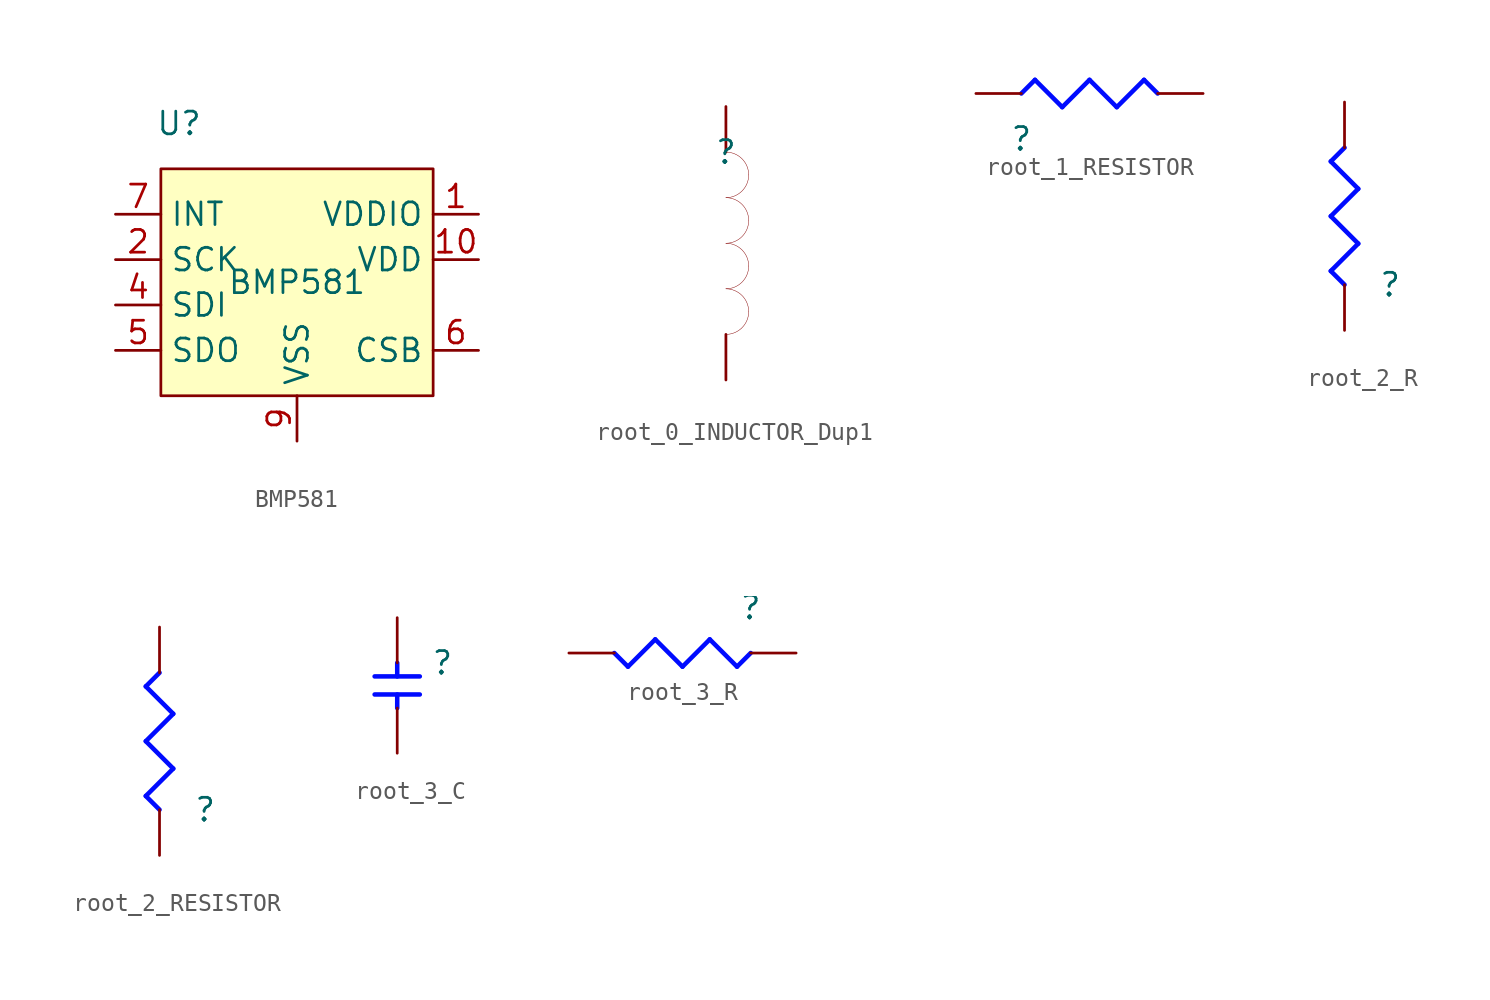
<source format=kicad_sym>
(kicad_symbol_lib
  (version 20231120)
  (generator "kicad_symbol_editor")
  (generator_version "8.0")
  (symbol "BMP581"
    (property "Reference" "U"
      (at -6.604 8.89 0)
      (effects (font (size 1.27 1.27))))
    (property "Value" "BMP581"
      (at 0 0 0)
      (effects (font (size 1.27 1.27))))
    (symbol "BMP581_1_1"
      (rectangle (start -7.62 6.35) (end 7.62 -6.35) (stroke (width 0) (type default)) (fill (type background)))
      (pin power_in line (at 10.16 3.81 180) (length 2.54) (name "VDDIO" (effects (font (size 1.27 1.27)))) (number "1" (effects (font (size 1.27 1.27)))))
      (pin power_in line (at 10.16 1.27 180) (length 2.54) (name "VDD" (effects (font (size 1.27 1.27)))) (number "10" (effects (font (size 1.27 1.27)))))
      (pin input line (at -10.16 1.27 0) (length 2.54) (name "SCK" (effects (font (size 1.27 1.27)))) (number "2" (effects (font (size 1.27 1.27)))))
      (pin power_out line (at 0 -8.89 90) (length 2.54) hide (name "VSS" (effects (font (size 1.27 1.27)))) (number "3" (effects (font (size 1.27 1.27)))))
      (pin input line (at -10.16 -1.27 0) (length 2.54) (name "SDI" (effects (font (size 1.27 1.27)))) (number "4" (effects (font (size 1.27 1.27)))))
      (pin output line (at -10.16 -3.81 0) (length 2.54) (name "SDO" (effects (font (size 1.27 1.27)))) (number "5" (effects (font (size 1.27 1.27)))))
      (pin power_out line (at 10.16 -3.81 180) (length 2.54) (name "CSB" (effects (font (size 1.27 1.27)))) (number "6" (effects (font (size 1.27 1.27)))))
      (pin power_out line (at -10.16 3.81 0) (length 2.54) (name "INT" (effects (font (size 1.27 1.27)))) (number "7" (effects (font (size 1.27 1.27)))))
      (pin power_out line (at 0 -8.89 90) (length 2.54) hide (name "VSS" (effects (font (size 1.27 1.27)))) (number "8" (effects (font (size 1.27 1.27)))))
      (pin power_out line (at 0 -8.89 90) (length 2.54) (name "VSS" (effects (font (size 1.27 1.27)))) (number "9" (effects (font (size 1.27 1.27)))))))
  (symbol "root_0_INDUCTOR_Dup1"
    (property "Reference" ""
      (at 0 0 0)
      (effects (font (size 1.27 1.27))))
    (property "Value" ""
      (at 0 0 0)
      (effects (font (size 1.27 1.27))))
    (symbol "root_0_INDUCTOR_Dup1_1_0"
      (arc (start 0 -10.16) (mid 0.898 -9.788) (end 1.27 -8.89) (stroke (width 0.0254) (type solid)) (fill (type none)))
      (arc (start 0 -7.62) (mid 0.898 -7.248) (end 1.27 -6.35) (stroke (width 0.0254) (type solid)) (fill (type none)))
      (arc (start 0 -5.08) (mid 0.898 -4.708) (end 1.27 -3.81) (stroke (width 0.0254) (type solid)) (fill (type none)))
      (arc (start 0 -2.54) (mid 0.898 -2.168) (end 1.27 -1.27) (stroke (width 0.0254) (type solid)) (fill (type none)))
      (arc (start 1.27 -8.89) (mid 0.898 -7.992) (end 0 -7.62) (stroke (width 0.0254) (type solid)) (fill (type none)))
      (arc (start 1.27 -6.35) (mid 0.898 -5.452) (end 0 -5.08) (stroke (width 0.0254) (type solid)) (fill (type none)))
      (arc (start 1.27 -3.81) (mid 0.898 -2.912) (end 0 -2.54) (stroke (width 0.0254) (type solid)) (fill (type none)))
      (arc (start 1.27 -1.27) (mid 0.898 -0.372) (end 0 0) (stroke (width 0.0254) (type solid)) (fill (type none)))
      (pin passive line (at 0 2.54 270) (length 2.54) (name "1" (effects (font (size 0 0)))) (number "1" (effects (font (size 0 0)))))
      (pin passive line (at 0 -12.7 90) (length 2.54) (name "2" (effects (font (size 0 0)))) (number "2" (effects (font (size 0 0)))))))
  (symbol "root_1_RESISTOR"
    (property "Reference" ""
      (at 0 0 0)
      (effects (font (size 1.27 1.27))))
    (property "Value" ""
      (at 0 0 0)
      (effects (font (size 1.27 1.27))))
    (symbol "root_1_RESISTOR_1_0"
      (polyline (pts (xy 0 2.54) (xy 0.762 3.302)) (stroke (width 0.254) (type solid) (color 0 11 255 1)) (fill (type none)))
      (polyline (pts (xy 0.762 3.302) (xy 2.286 1.778)) (stroke (width 0.254) (type solid) (color 0 11 255 1)) (fill (type none)))
      (polyline (pts (xy 2.286 1.778) (xy 3.81 3.302)) (stroke (width 0.254) (type solid) (color 0 11 255 1)) (fill (type none)))
      (polyline (pts (xy 3.81 3.302) (xy 5.334 1.778)) (stroke (width 0.254) (type solid) (color 0 11 255 1)) (fill (type none)))
      (polyline (pts (xy 5.334 1.778) (xy 6.858 3.302)) (stroke (width 0.254) (type solid) (color 0 11 255 1)) (fill (type none)))
      (polyline (pts (xy 6.858 3.302) (xy 7.62 2.54)) (stroke (width 0.254) (type solid) (color 0 11 255 1)) (fill (type none)))
      (pin passive line (at -2.54 2.54 0) (length 2.54) (name "1" (effects (font (size 0 0)))) (number "1" (effects (font (size 0 0)))))
      (pin passive line (at 10.16 2.54 180) (length 2.54) (name "2" (effects (font (size 0 0)))) (number "2" (effects (font (size 0 0)))))))
  (symbol "root_2_R"
    (property "Reference" ""
      (at 0 0 0)
      (effects (font (size 1.27 1.27))))
    (property "Value" ""
      (at 0 0 0)
      (effects (font (size 1.27 1.27))))
    (symbol "root_2_R_1_0"
      (polyline (pts (xy -3.302 0.762) (xy -1.778 2.286)) (stroke (width 0.254) (type solid) (color 0 11 255 1)) (fill (type none)))
      (polyline (pts (xy -3.302 3.81) (xy -1.778 5.334)) (stroke (width 0.254) (type solid) (color 0 11 255 1)) (fill (type none)))
      (polyline (pts (xy -3.302 6.858) (xy -2.54 7.62)) (stroke (width 0.254) (type solid) (color 0 11 255 1)) (fill (type none)))
      (polyline (pts (xy -2.54 0) (xy -3.302 0.762)) (stroke (width 0.254) (type solid) (color 0 11 255 1)) (fill (type none)))
      (polyline (pts (xy -1.778 2.286) (xy -3.302 3.81)) (stroke (width 0.254) (type solid) (color 0 11 255 1)) (fill (type none)))
      (polyline (pts (xy -1.778 5.334) (xy -3.302 6.858)) (stroke (width 0.254) (type solid) (color 0 11 255 1)) (fill (type none)))
      (pin passive line (at -2.54 -2.54 90) (length 2.54) (name "1" (effects (font (size 0 0)))) (number "1" (effects (font (size 0 0)))))
      (pin passive line (at -2.54 10.16 270) (length 2.54) (name "2" (effects (font (size 0 0)))) (number "2" (effects (font (size 0 0)))))))
  (symbol "root_2_RESISTOR"
    (property "Reference" ""
      (at 0 0 0)
      (effects (font (size 1.27 1.27))))
    (property "Value" ""
      (at 0 0 0)
      (effects (font (size 1.27 1.27))))
    (symbol "root_2_RESISTOR_1_0"
      (polyline (pts (xy -3.302 0.762) (xy -1.778 2.286)) (stroke (width 0.254) (type solid) (color 0 11 255 1)) (fill (type none)))
      (polyline (pts (xy -3.302 3.81) (xy -1.778 5.334)) (stroke (width 0.254) (type solid) (color 0 11 255 1)) (fill (type none)))
      (polyline (pts (xy -3.302 6.858) (xy -2.54 7.62)) (stroke (width 0.254) (type solid) (color 0 11 255 1)) (fill (type none)))
      (polyline (pts (xy -2.54 0) (xy -3.302 0.762)) (stroke (width 0.254) (type solid) (color 0 11 255 1)) (fill (type none)))
      (polyline (pts (xy -1.778 2.286) (xy -3.302 3.81)) (stroke (width 0.254) (type solid) (color 0 11 255 1)) (fill (type none)))
      (polyline (pts (xy -1.778 5.334) (xy -3.302 6.858)) (stroke (width 0.254) (type solid) (color 0 11 255 1)) (fill (type none)))
      (pin passive line (at -2.54 -2.54 90) (length 2.54) (name "1" (effects (font (size 0 0)))) (number "1" (effects (font (size 0 0)))))
      (pin passive line (at -2.54 10.16 270) (length 2.54) (name "2" (effects (font (size 0 0)))) (number "2" (effects (font (size 0 0)))))))
  (symbol "root_3_C"
    (property "Reference" ""
      (at 0 0 0)
      (effects (font (size 1.27 1.27))))
    (property "Value" ""
      (at 0 0 0)
      (effects (font (size 1.27 1.27))))
    (symbol "root_3_C_1_0"
      (polyline (pts (xy -2.54 -1.778) (xy -2.54 -2.54)) (stroke (width 0.254) (type solid) (color 0 11 255 1)) (fill (type none)))
      (polyline (pts (xy -2.54 0) (xy -2.54 -0.762)) (stroke (width 0.254) (type solid) (color 0 11 255 1)) (fill (type none)))
      (polyline (pts (xy -1.27 -1.778) (xy -3.81 -1.778)) (stroke (width 0.254) (type solid) (color 0 11 255 1)) (fill (type none)))
      (polyline (pts (xy -1.27 -0.762) (xy -3.81 -0.762)) (stroke (width 0.254) (type solid) (color 0 11 255 1)) (fill (type none)))
      (pin passive line (at -2.54 2.54 270) (length 2.54) (name "1" (effects (font (size 0 0)))) (number "1" (effects (font (size 0 0)))))
      (pin passive line (at -2.54 -5.08 90) (length 2.54) (name "2" (effects (font (size 0 0)))) (number "2" (effects (font (size 0 0)))))))
  (symbol "root_3_R"
    (property "Reference" ""
      (at 0 0 0)
      (effects (font (size 1.27 1.27))))
    (property "Value" ""
      (at 0 0 0)
      (effects (font (size 1.27 1.27))))
    (symbol "root_3_R_1_0"
      (polyline (pts (xy -6.858 -3.302) (xy -7.62 -2.54)) (stroke (width 0.254) (type solid) (color 0 11 255 1)) (fill (type none)))
      (polyline (pts (xy -5.334 -1.778) (xy -6.858 -3.302)) (stroke (width 0.254) (type solid) (color 0 11 255 1)) (fill (type none)))
      (polyline (pts (xy -3.81 -3.302) (xy -5.334 -1.778)) (stroke (width 0.254) (type solid) (color 0 11 255 1)) (fill (type none)))
      (polyline (pts (xy -2.286 -1.778) (xy -3.81 -3.302)) (stroke (width 0.254) (type solid) (color 0 11 255 1)) (fill (type none)))
      (polyline (pts (xy -0.762 -3.302) (xy -2.286 -1.778)) (stroke (width 0.254) (type solid) (color 0 11 255 1)) (fill (type none)))
      (polyline (pts (xy 0 -2.54) (xy -0.762 -3.302)) (stroke (width 0.254) (type solid) (color 0 11 255 1)) (fill (type none)))
      (pin passive line (at 2.54 -2.54 180) (length 2.54) (name "1" (effects (font (size 0 0)))) (number "1" (effects (font (size 0 0)))))
      (pin passive line (at -10.16 -2.54 0) (length 2.54) (name "2" (effects (font (size 0 0)))) (number "2" (effects (font (size 0 0))))))))
</source>
